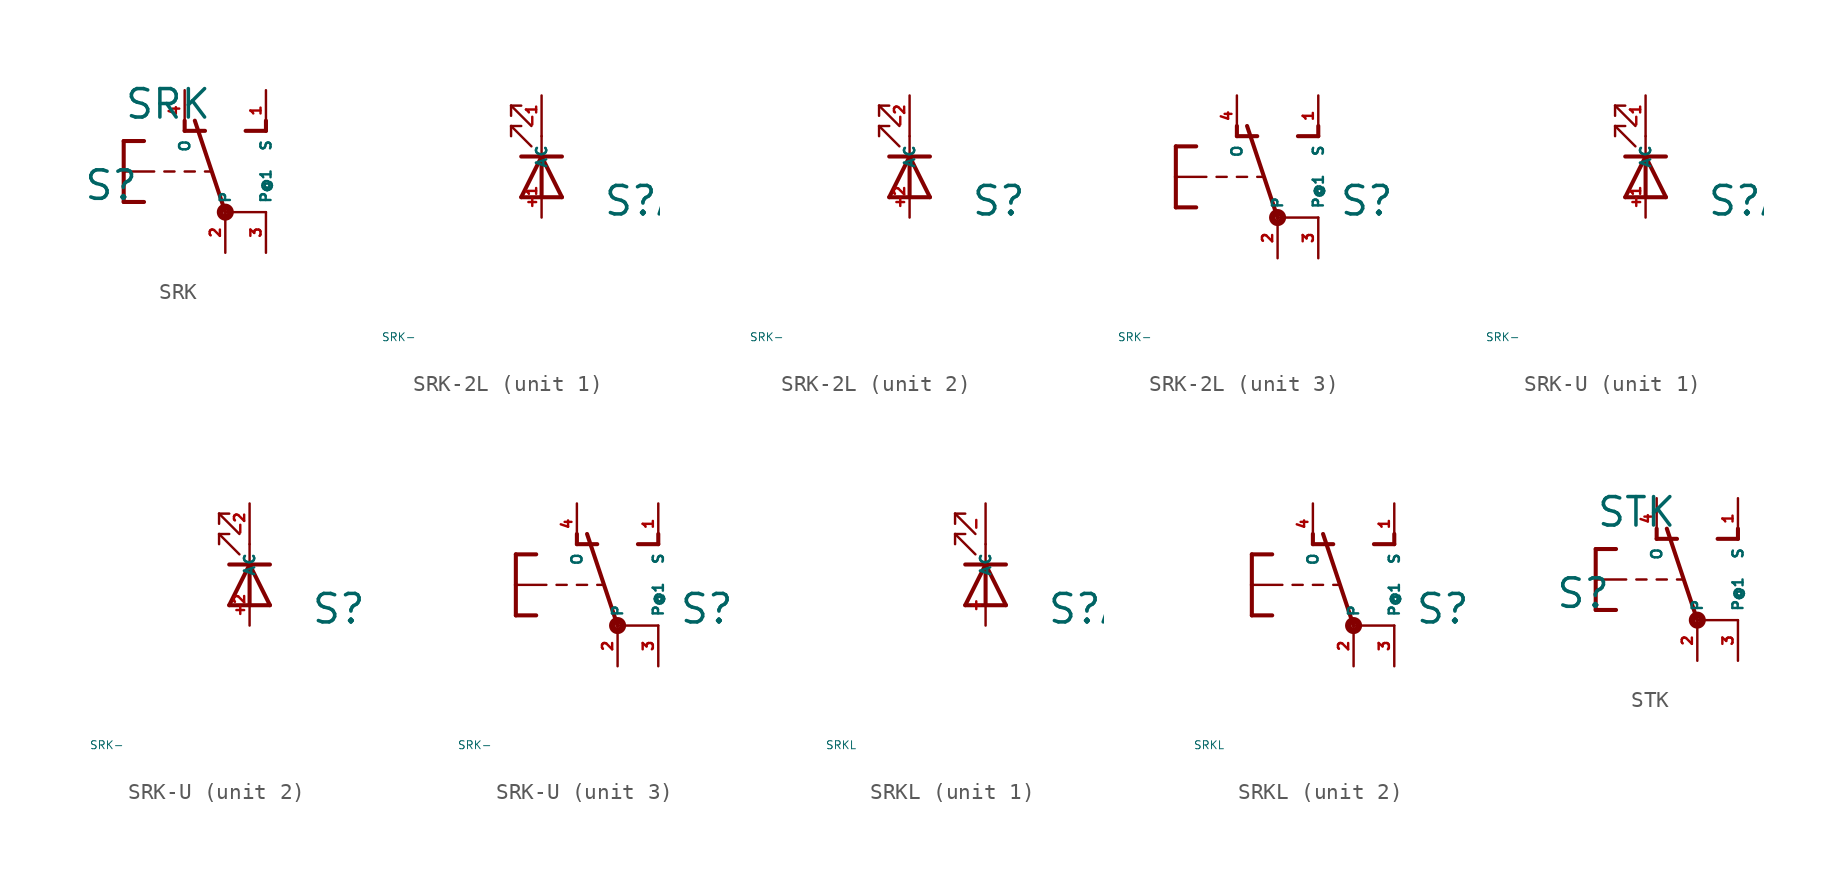
<source format=kicad_sym>
(kicad_symbol_lib
  (version 20220914)
  (generator Eagle2Kicad)
  (symbol "SRK"
    (property "Reference" "S"
      (at -8.89 -1.905 0)
      (effects (font (size 1.778 1.778) (thickness 0.22)) (justify left bottom)))
    (property "Value" "SRK"
      (at -6.35 3.175 0)
      (effects (font (size 1.778 1.778) (thickness 0.22)) (justify left bottom)))
    (polyline
      (pts (xy 0 -2.54) (xy -1.905 3.175))
      (stroke (width 0.254) (type default))
      (fill (type none)))
    (polyline
      (pts (xy 1.27 2.54) (xy 2.54 2.54))
      (stroke (width 0.254) (type default))
      (fill (type none)))
    (polyline
      (pts (xy 2.54 2.54) (xy 2.54 3.175))
      (stroke (width 0.254) (type default))
      (fill (type none)))
    (polyline
      (pts (xy -2.54 2.54) (xy -1.27 2.54))
      (stroke (width 0.254) (type default))
      (fill (type none)))
    (polyline
      (pts (xy -2.54 2.54) (xy -2.54 3.175))
      (stroke (width 0.254) (type default))
      (fill (type none)))
    (polyline
      (pts (xy -0.889 0) (xy -1.27 0))
      (stroke (width 0.152) (type default))
      (fill (type none)))
    (polyline
      (pts (xy -1.905 0) (xy -2.54 0))
      (stroke (width 0.152) (type default))
      (fill (type none)))
    (polyline
      (pts (xy -3.175 0) (xy -3.81 0))
      (stroke (width 0.152) (type default))
      (fill (type none)))
    (polyline
      (pts (xy -6.35 1.905) (xy -5.08 1.905))
      (stroke (width 0.254) (type default))
      (fill (type none)))
    (polyline
      (pts (xy -6.35 1.905) (xy -6.35 0))
      (stroke (width 0.254) (type default))
      (fill (type none)))
    (polyline
      (pts (xy -6.35 -1.905) (xy -5.08 -1.905))
      (stroke (width 0.254) (type default))
      (fill (type none)))
    (polyline
      (pts (xy -6.35 0) (xy -4.445 0))
      (stroke (width 0.152) (type default))
      (fill (type none)))
    (polyline
      (pts (xy -6.35 0) (xy -6.35 -1.905))
      (stroke (width 0.254) (type default))
      (fill (type none)))
    (polyline
      (pts (xy 2.54 -2.54) (xy 0 -2.54))
      (stroke (width 0.152) (type default))
      (fill (type none)))
    (circle
      (center 0 -2.54)
      (radius 0.127)
      (stroke (width 0.406) (type default))
      (fill (type none)))
    (pin passive line
      (at 0 -5.08 90)
      (length 2.54)
      (name "P" (effects (font (size 0.635 0.635) (thickness 0.08)) (justify left bottom)))
      (number "2" (effects (font (size 0.635 0.635) (thickness 0.08)) (justify left bottom))))
    (pin passive line
      (at 2.54 5.08 270)
      (length 2.54)
      (name "S" (effects (font (size 0.635 0.635) (thickness 0.08)) (justify left bottom)))
      (number "1" (effects (font (size 0.635 0.635) (thickness 0.08)) (justify left bottom))))
    (pin passive line
      (at -2.54 5.08 270)
      (length 2.54)
      (name "O" (effects (font (size 0.635 0.635) (thickness 0.08)) (justify left bottom)))
      (number "4" (effects (font (size 0.635 0.635) (thickness 0.08)) (justify left bottom))))
    (pin passive line
      (at 2.54 -5.08 90)
      (length 2.54)
      (name "P@1" (effects (font (size 0.635 0.635) (thickness 0.08)) (justify left bottom)))
      (number "3" (effects (font (size 0.635 0.635) (thickness 0.08)) (justify left bottom)))))
  (symbol "SRK-2L"
    (property "Reference" "S"
      (at 3.81 -2.54 0)
      (effects (font (size 1.778 1.778) (thickness 0.22)) (justify left bottom)))
    (property "Value" "SRK-"
      (at -10 -10 0)
      (effects (font (size 0.5 0.5) (thickness 0.06)) (justify left)))
    (symbol "SRK-2L_1_0"
      (polyline (pts (xy -1.27 -1.27) (xy 0 1.27)) (stroke (width 0.254) (type default)) (fill (type none)))
      (polyline (pts (xy 0 1.27) (xy 0 2.54)) (stroke (width 0.152) (type default)) (fill (type none)))
      (polyline (pts (xy 0 1.27) (xy 1.27 -1.27)) (stroke (width 0.254) (type default)) (fill (type none)))
      (polyline (pts (xy -1.27 1.27) (xy 0 1.27)) (stroke (width 0.254) (type default)) (fill (type none)))
      (polyline (pts (xy 0 1.27) (xy 1.27 1.27)) (stroke (width 0.254) (type default)) (fill (type none)))
      (polyline (pts (xy -0.635 1.905) (xy -1.905 3.175)) (stroke (width 0.152) (type default)) (fill (type none)))
      (polyline (pts (xy -1.905 3.175) (xy -1.905 2.54)) (stroke (width 0.152) (type default)) (fill (type none)))
      (polyline (pts (xy -1.905 3.175) (xy -1.27 3.175)) (stroke (width 0.152) (type default)) (fill (type none)))
      (polyline (pts (xy -0.635 3.175) (xy -1.905 4.445)) (stroke (width 0.152) (type default)) (fill (type none)))
      (polyline (pts (xy -1.905 4.445) (xy -1.905 3.81)) (stroke (width 0.152) (type default)) (fill (type none)))
      (polyline (pts (xy -1.905 4.445) (xy -1.27 4.445)) (stroke (width 0.152) (type default)) (fill (type none)))
      (polyline (pts (xy -1.27 -1.27) (xy 0 -1.27)) (stroke (width 0.254) (type default)) (fill (type none)))
      (polyline (pts (xy 0 -1.27) (xy 1.27 -1.27)) (stroke (width 0.254) (type default)) (fill (type none)))
      (polyline (pts (xy 0 -1.27) (xy 0 1.27)) (stroke (width 0.254) (type default)) (fill (type none)))
      (pin passive line (at 0 5.08 270) (length 2.54) (name "C" (effects (font (size 0.635 0.635) (thickness 0.08)) (justify left bottom))) (number "-1" (effects (font (size 0.635 0.635) (thickness 0.08)) (justify left bottom))))
      (pin passive line (at 0 -2.54 90) (length 2.54) (name "A" (effects (font (size 0.635 0.635) (thickness 0.08)) (justify left bottom))) (number "+1" (effects (font (size 0.635 0.635) (thickness 0.08)) (justify left bottom)))))
    (symbol "SRK-2L_2_0"
      (polyline (pts (xy -1.27 -1.27) (xy 0 1.27)) (stroke (width 0.254) (type default)) (fill (type none)))
      (polyline (pts (xy 0 1.27) (xy 0 2.54)) (stroke (width 0.152) (type default)) (fill (type none)))
      (polyline (pts (xy 0 1.27) (xy 1.27 -1.27)) (stroke (width 0.254) (type default)) (fill (type none)))
      (polyline (pts (xy -1.27 1.27) (xy 0 1.27)) (stroke (width 0.254) (type default)) (fill (type none)))
      (polyline (pts (xy 0 1.27) (xy 1.27 1.27)) (stroke (width 0.254) (type default)) (fill (type none)))
      (polyline (pts (xy -0.635 1.905) (xy -1.905 3.175)) (stroke (width 0.152) (type default)) (fill (type none)))
      (polyline (pts (xy -1.905 3.175) (xy -1.905 2.54)) (stroke (width 0.152) (type default)) (fill (type none)))
      (polyline (pts (xy -1.905 3.175) (xy -1.27 3.175)) (stroke (width 0.152) (type default)) (fill (type none)))
      (polyline (pts (xy -0.635 3.175) (xy -1.905 4.445)) (stroke (width 0.152) (type default)) (fill (type none)))
      (polyline (pts (xy -1.905 4.445) (xy -1.905 3.81)) (stroke (width 0.152) (type default)) (fill (type none)))
      (polyline (pts (xy -1.905 4.445) (xy -1.27 4.445)) (stroke (width 0.152) (type default)) (fill (type none)))
      (polyline (pts (xy -1.27 -1.27) (xy 0 -1.27)) (stroke (width 0.254) (type default)) (fill (type none)))
      (polyline (pts (xy 0 -1.27) (xy 1.27 -1.27)) (stroke (width 0.254) (type default)) (fill (type none)))
      (polyline (pts (xy 0 -1.27) (xy 0 1.27)) (stroke (width 0.254) (type default)) (fill (type none)))
      (pin passive line (at 0 5.08 270) (length 2.54) (name "C" (effects (font (size 0.635 0.635) (thickness 0.08)) (justify left bottom))) (number "-2" (effects (font (size 0.635 0.635) (thickness 0.08)) (justify left bottom))))
      (pin passive line (at 0 -2.54 90) (length 2.54) (name "A" (effects (font (size 0.635 0.635) (thickness 0.08)) (justify left bottom))) (number "+2" (effects (font (size 0.635 0.635) (thickness 0.08)) (justify left bottom)))))
    (symbol "SRK-2L_3_0"
      (polyline (pts (xy 0 -2.54) (xy -1.905 3.175)) (stroke (width 0.254) (type default)) (fill (type none)))
      (polyline (pts (xy 1.27 2.54) (xy 2.54 2.54)) (stroke (width 0.254) (type default)) (fill (type none)))
      (polyline (pts (xy 2.54 2.54) (xy 2.54 3.175)) (stroke (width 0.254) (type default)) (fill (type none)))
      (polyline (pts (xy -2.54 2.54) (xy -1.27 2.54)) (stroke (width 0.254) (type default)) (fill (type none)))
      (polyline (pts (xy -2.54 2.54) (xy -2.54 3.175)) (stroke (width 0.254) (type default)) (fill (type none)))
      (polyline (pts (xy -0.889 0) (xy -1.27 0)) (stroke (width 0.152) (type default)) (fill (type none)))
      (polyline (pts (xy -1.905 0) (xy -2.54 0)) (stroke (width 0.152) (type default)) (fill (type none)))
      (polyline (pts (xy -3.175 0) (xy -3.81 0)) (stroke (width 0.152) (type default)) (fill (type none)))
      (polyline (pts (xy -6.35 1.905) (xy -5.08 1.905)) (stroke (width 0.254) (type default)) (fill (type none)))
      (polyline (pts (xy -6.35 1.905) (xy -6.35 0)) (stroke (width 0.254) (type default)) (fill (type none)))
      (polyline (pts (xy -6.35 -1.905) (xy -5.08 -1.905)) (stroke (width 0.254) (type default)) (fill (type none)))
      (polyline (pts (xy -6.35 0) (xy -4.445 0)) (stroke (width 0.152) (type default)) (fill (type none)))
      (polyline (pts (xy -6.35 0) (xy -6.35 -1.905)) (stroke (width 0.254) (type default)) (fill (type none)))
      (polyline (pts (xy 2.54 -2.54) (xy 0 -2.54)) (stroke (width 0.152) (type default)) (fill (type none)))
      (circle (center 0 -2.54) (radius 0.127) (stroke (width 0.406) (type default)) (fill (type none)))
      (pin passive line (at 0 -5.08 90) (length 2.54) (name "P" (effects (font (size 0.635 0.635) (thickness 0.08)) (justify left bottom))) (number "2" (effects (font (size 0.635 0.635) (thickness 0.08)) (justify left bottom))))
      (pin passive line (at 2.54 5.08 270) (length 2.54) (name "S" (effects (font (size 0.635 0.635) (thickness 0.08)) (justify left bottom))) (number "1" (effects (font (size 0.635 0.635) (thickness 0.08)) (justify left bottom))))
      (pin passive line (at -2.54 5.08 270) (length 2.54) (name "O" (effects (font (size 0.635 0.635) (thickness 0.08)) (justify left bottom))) (number "4" (effects (font (size 0.635 0.635) (thickness 0.08)) (justify left bottom))))
      (pin passive line (at 2.54 -5.08 90) (length 2.54) (name "P@1" (effects (font (size 0.635 0.635) (thickness 0.08)) (justify left bottom))) (number "3" (effects (font (size 0.635 0.635) (thickness 0.08)) (justify left bottom))))))
  (symbol "SRK-U"
    (property "Reference" "S"
      (at 3.81 -2.54 0)
      (effects (font (size 1.778 1.778) (thickness 0.22)) (justify left bottom)))
    (property "Value" "SRK-"
      (at -10 -10 0)
      (effects (font (size 0.5 0.5) (thickness 0.06)) (justify left)))
    (symbol "SRK-U_1_0"
      (polyline (pts (xy -1.27 -1.27) (xy 0 1.27)) (stroke (width 0.254) (type default)) (fill (type none)))
      (polyline (pts (xy 0 1.27) (xy 0 2.54)) (stroke (width 0.152) (type default)) (fill (type none)))
      (polyline (pts (xy 0 1.27) (xy 1.27 -1.27)) (stroke (width 0.254) (type default)) (fill (type none)))
      (polyline (pts (xy -1.27 1.27) (xy 0 1.27)) (stroke (width 0.254) (type default)) (fill (type none)))
      (polyline (pts (xy 0 1.27) (xy 1.27 1.27)) (stroke (width 0.254) (type default)) (fill (type none)))
      (polyline (pts (xy -0.635 1.905) (xy -1.905 3.175)) (stroke (width 0.152) (type default)) (fill (type none)))
      (polyline (pts (xy -1.905 3.175) (xy -1.905 2.54)) (stroke (width 0.152) (type default)) (fill (type none)))
      (polyline (pts (xy -1.905 3.175) (xy -1.27 3.175)) (stroke (width 0.152) (type default)) (fill (type none)))
      (polyline (pts (xy -0.635 3.175) (xy -1.905 4.445)) (stroke (width 0.152) (type default)) (fill (type none)))
      (polyline (pts (xy -1.905 4.445) (xy -1.905 3.81)) (stroke (width 0.152) (type default)) (fill (type none)))
      (polyline (pts (xy -1.905 4.445) (xy -1.27 4.445)) (stroke (width 0.152) (type default)) (fill (type none)))
      (polyline (pts (xy -1.27 -1.27) (xy 0 -1.27)) (stroke (width 0.254) (type default)) (fill (type none)))
      (polyline (pts (xy 0 -1.27) (xy 1.27 -1.27)) (stroke (width 0.254) (type default)) (fill (type none)))
      (polyline (pts (xy 0 -1.27) (xy 0 1.27)) (stroke (width 0.254) (type default)) (fill (type none)))
      (pin passive line (at 0 5.08 270) (length 2.54) (name "C" (effects (font (size 0.635 0.635) (thickness 0.08)) (justify left bottom))) (number "-1" (effects (font (size 0.635 0.635) (thickness 0.08)) (justify left bottom))))
      (pin passive line (at 0 -2.54 90) (length 2.54) (name "A" (effects (font (size 0.635 0.635) (thickness 0.08)) (justify left bottom))) (number "+1" (effects (font (size 0.635 0.635) (thickness 0.08)) (justify left bottom)))))
    (symbol "SRK-U_2_0"
      (polyline (pts (xy -1.27 -1.27) (xy 0 1.27)) (stroke (width 0.254) (type default)) (fill (type none)))
      (polyline (pts (xy 0 1.27) (xy 0 2.54)) (stroke (width 0.152) (type default)) (fill (type none)))
      (polyline (pts (xy 0 1.27) (xy 1.27 -1.27)) (stroke (width 0.254) (type default)) (fill (type none)))
      (polyline (pts (xy -1.27 1.27) (xy 0 1.27)) (stroke (width 0.254) (type default)) (fill (type none)))
      (polyline (pts (xy 0 1.27) (xy 1.27 1.27)) (stroke (width 0.254) (type default)) (fill (type none)))
      (polyline (pts (xy -0.635 1.905) (xy -1.905 3.175)) (stroke (width 0.152) (type default)) (fill (type none)))
      (polyline (pts (xy -1.905 3.175) (xy -1.905 2.54)) (stroke (width 0.152) (type default)) (fill (type none)))
      (polyline (pts (xy -1.905 3.175) (xy -1.27 3.175)) (stroke (width 0.152) (type default)) (fill (type none)))
      (polyline (pts (xy -0.635 3.175) (xy -1.905 4.445)) (stroke (width 0.152) (type default)) (fill (type none)))
      (polyline (pts (xy -1.905 4.445) (xy -1.905 3.81)) (stroke (width 0.152) (type default)) (fill (type none)))
      (polyline (pts (xy -1.905 4.445) (xy -1.27 4.445)) (stroke (width 0.152) (type default)) (fill (type none)))
      (polyline (pts (xy -1.27 -1.27) (xy 0 -1.27)) (stroke (width 0.254) (type default)) (fill (type none)))
      (polyline (pts (xy 0 -1.27) (xy 1.27 -1.27)) (stroke (width 0.254) (type default)) (fill (type none)))
      (polyline (pts (xy 0 -1.27) (xy 0 1.27)) (stroke (width 0.254) (type default)) (fill (type none)))
      (pin passive line (at 0 5.08 270) (length 2.54) (name "C" (effects (font (size 0.635 0.635) (thickness 0.08)) (justify left bottom))) (number "-2" (effects (font (size 0.635 0.635) (thickness 0.08)) (justify left bottom))))
      (pin passive line (at 0 -2.54 90) (length 2.54) (name "A" (effects (font (size 0.635 0.635) (thickness 0.08)) (justify left bottom))) (number "+2" (effects (font (size 0.635 0.635) (thickness 0.08)) (justify left bottom)))))
    (symbol "SRK-U_3_0"
      (polyline (pts (xy 0 -2.54) (xy -1.905 3.175)) (stroke (width 0.254) (type default)) (fill (type none)))
      (polyline (pts (xy 1.27 2.54) (xy 2.54 2.54)) (stroke (width 0.254) (type default)) (fill (type none)))
      (polyline (pts (xy 2.54 2.54) (xy 2.54 3.175)) (stroke (width 0.254) (type default)) (fill (type none)))
      (polyline (pts (xy -2.54 2.54) (xy -1.27 2.54)) (stroke (width 0.254) (type default)) (fill (type none)))
      (polyline (pts (xy -2.54 2.54) (xy -2.54 3.175)) (stroke (width 0.254) (type default)) (fill (type none)))
      (polyline (pts (xy -0.889 0) (xy -1.27 0)) (stroke (width 0.152) (type default)) (fill (type none)))
      (polyline (pts (xy -1.905 0) (xy -2.54 0)) (stroke (width 0.152) (type default)) (fill (type none)))
      (polyline (pts (xy -3.175 0) (xy -3.81 0)) (stroke (width 0.152) (type default)) (fill (type none)))
      (polyline (pts (xy -6.35 1.905) (xy -5.08 1.905)) (stroke (width 0.254) (type default)) (fill (type none)))
      (polyline (pts (xy -6.35 1.905) (xy -6.35 0)) (stroke (width 0.254) (type default)) (fill (type none)))
      (polyline (pts (xy -6.35 -1.905) (xy -5.08 -1.905)) (stroke (width 0.254) (type default)) (fill (type none)))
      (polyline (pts (xy -6.35 0) (xy -4.445 0)) (stroke (width 0.152) (type default)) (fill (type none)))
      (polyline (pts (xy -6.35 0) (xy -6.35 -1.905)) (stroke (width 0.254) (type default)) (fill (type none)))
      (polyline (pts (xy 2.54 -2.54) (xy 0 -2.54)) (stroke (width 0.152) (type default)) (fill (type none)))
      (circle (center 0 -2.54) (radius 0.127) (stroke (width 0.406) (type default)) (fill (type none)))
      (pin passive line (at 0 -5.08 90) (length 2.54) (name "P" (effects (font (size 0.635 0.635) (thickness 0.08)) (justify left bottom))) (number "2" (effects (font (size 0.635 0.635) (thickness 0.08)) (justify left bottom))))
      (pin passive line (at 2.54 5.08 270) (length 2.54) (name "S" (effects (font (size 0.635 0.635) (thickness 0.08)) (justify left bottom))) (number "1" (effects (font (size 0.635 0.635) (thickness 0.08)) (justify left bottom))))
      (pin passive line (at -2.54 5.08 270) (length 2.54) (name "O" (effects (font (size 0.635 0.635) (thickness 0.08)) (justify left bottom))) (number "4" (effects (font (size 0.635 0.635) (thickness 0.08)) (justify left bottom))))
      (pin passive line (at 2.54 -5.08 90) (length 2.54) (name "P@1" (effects (font (size 0.635 0.635) (thickness 0.08)) (justify left bottom))) (number "3" (effects (font (size 0.635 0.635) (thickness 0.08)) (justify left bottom))))))
  (symbol "SRKL"
    (property "Reference" "S"
      (at 3.81 -2.54 0)
      (effects (font (size 1.778 1.778) (thickness 0.22)) (justify left bottom)))
    (property "Value" "SRKL"
      (at -10 -10 0)
      (effects (font (size 0.5 0.5) (thickness 0.06)) (justify left)))
    (symbol "SRKL_1_0"
      (polyline (pts (xy -1.27 -1.27) (xy 0 1.27)) (stroke (width 0.254) (type default)) (fill (type none)))
      (polyline (pts (xy 0 1.27) (xy 0 2.54)) (stroke (width 0.152) (type default)) (fill (type none)))
      (polyline (pts (xy 0 1.27) (xy 1.27 -1.27)) (stroke (width 0.254) (type default)) (fill (type none)))
      (polyline (pts (xy -1.27 1.27) (xy 0 1.27)) (stroke (width 0.254) (type default)) (fill (type none)))
      (polyline (pts (xy 0 1.27) (xy 1.27 1.27)) (stroke (width 0.254) (type default)) (fill (type none)))
      (polyline (pts (xy -0.635 1.905) (xy -1.905 3.175)) (stroke (width 0.152) (type default)) (fill (type none)))
      (polyline (pts (xy -1.905 3.175) (xy -1.905 2.54)) (stroke (width 0.152) (type default)) (fill (type none)))
      (polyline (pts (xy -1.905 3.175) (xy -1.27 3.175)) (stroke (width 0.152) (type default)) (fill (type none)))
      (polyline (pts (xy -0.635 3.175) (xy -1.905 4.445)) (stroke (width 0.152) (type default)) (fill (type none)))
      (polyline (pts (xy -1.905 4.445) (xy -1.905 3.81)) (stroke (width 0.152) (type default)) (fill (type none)))
      (polyline (pts (xy -1.905 4.445) (xy -1.27 4.445)) (stroke (width 0.152) (type default)) (fill (type none)))
      (polyline (pts (xy -1.27 -1.27) (xy 0 -1.27)) (stroke (width 0.254) (type default)) (fill (type none)))
      (polyline (pts (xy 0 -1.27) (xy 1.27 -1.27)) (stroke (width 0.254) (type default)) (fill (type none)))
      (polyline (pts (xy 0 -1.27) (xy 0 1.27)) (stroke (width 0.254) (type default)) (fill (type none)))
      (pin passive line (at 0 5.08 270) (length 2.54) (name "C" (effects (font (size 0.635 0.635) (thickness 0.08)) (justify left bottom))) (number "-" (effects (font (size 0.635 0.635) (thickness 0.08)) (justify left bottom))))
      (pin passive line (at 0 -2.54 90) (length 2.54) (name "A" (effects (font (size 0.635 0.635) (thickness 0.08)) (justify left bottom))) (number "+" (effects (font (size 0.635 0.635) (thickness 0.08)) (justify left bottom)))))
    (symbol "SRKL_2_0"
      (polyline (pts (xy 0 -2.54) (xy -1.905 3.175)) (stroke (width 0.254) (type default)) (fill (type none)))
      (polyline (pts (xy 1.27 2.54) (xy 2.54 2.54)) (stroke (width 0.254) (type default)) (fill (type none)))
      (polyline (pts (xy 2.54 2.54) (xy 2.54 3.175)) (stroke (width 0.254) (type default)) (fill (type none)))
      (polyline (pts (xy -2.54 2.54) (xy -1.27 2.54)) (stroke (width 0.254) (type default)) (fill (type none)))
      (polyline (pts (xy -2.54 2.54) (xy -2.54 3.175)) (stroke (width 0.254) (type default)) (fill (type none)))
      (polyline (pts (xy -0.889 0) (xy -1.27 0)) (stroke (width 0.152) (type default)) (fill (type none)))
      (polyline (pts (xy -1.905 0) (xy -2.54 0)) (stroke (width 0.152) (type default)) (fill (type none)))
      (polyline (pts (xy -3.175 0) (xy -3.81 0)) (stroke (width 0.152) (type default)) (fill (type none)))
      (polyline (pts (xy -6.35 1.905) (xy -5.08 1.905)) (stroke (width 0.254) (type default)) (fill (type none)))
      (polyline (pts (xy -6.35 1.905) (xy -6.35 0)) (stroke (width 0.254) (type default)) (fill (type none)))
      (polyline (pts (xy -6.35 -1.905) (xy -5.08 -1.905)) (stroke (width 0.254) (type default)) (fill (type none)))
      (polyline (pts (xy -6.35 0) (xy -4.445 0)) (stroke (width 0.152) (type default)) (fill (type none)))
      (polyline (pts (xy -6.35 0) (xy -6.35 -1.905)) (stroke (width 0.254) (type default)) (fill (type none)))
      (polyline (pts (xy 2.54 -2.54) (xy 0 -2.54)) (stroke (width 0.152) (type default)) (fill (type none)))
      (circle (center 0 -2.54) (radius 0.127) (stroke (width 0.406) (type default)) (fill (type none)))
      (pin passive line (at 0 -5.08 90) (length 2.54) (name "P" (effects (font (size 0.635 0.635) (thickness 0.08)) (justify left bottom))) (number "2" (effects (font (size 0.635 0.635) (thickness 0.08)) (justify left bottom))))
      (pin passive line (at 2.54 5.08 270) (length 2.54) (name "S" (effects (font (size 0.635 0.635) (thickness 0.08)) (justify left bottom))) (number "1" (effects (font (size 0.635 0.635) (thickness 0.08)) (justify left bottom))))
      (pin passive line (at -2.54 5.08 270) (length 2.54) (name "O" (effects (font (size 0.635 0.635) (thickness 0.08)) (justify left bottom))) (number "4" (effects (font (size 0.635 0.635) (thickness 0.08)) (justify left bottom))))
      (pin passive line (at 2.54 -5.08 90) (length 2.54) (name "P@1" (effects (font (size 0.635 0.635) (thickness 0.08)) (justify left bottom))) (number "3" (effects (font (size 0.635 0.635) (thickness 0.08)) (justify left bottom))))))
  (symbol "STK"
    (property "Reference" "S"
      (at -8.89 -1.905 0)
      (effects (font (size 1.778 1.778) (thickness 0.22)) (justify left bottom)))
    (property "Value" "STK"
      (at -6.35 3.175 0)
      (effects (font (size 1.778 1.778) (thickness 0.22)) (justify left bottom)))
    (polyline
      (pts (xy 0 -2.54) (xy -1.905 3.175))
      (stroke (width 0.254) (type default))
      (fill (type none)))
    (polyline
      (pts (xy 1.27 2.54) (xy 2.54 2.54))
      (stroke (width 0.254) (type default))
      (fill (type none)))
    (polyline
      (pts (xy 2.54 2.54) (xy 2.54 3.175))
      (stroke (width 0.254) (type default))
      (fill (type none)))
    (polyline
      (pts (xy -2.54 2.54) (xy -1.27 2.54))
      (stroke (width 0.254) (type default))
      (fill (type none)))
    (polyline
      (pts (xy -2.54 2.54) (xy -2.54 3.175))
      (stroke (width 0.254) (type default))
      (fill (type none)))
    (polyline
      (pts (xy -0.889 0) (xy -1.27 0))
      (stroke (width 0.152) (type default))
      (fill (type none)))
    (polyline
      (pts (xy -1.905 0) (xy -2.54 0))
      (stroke (width 0.152) (type default))
      (fill (type none)))
    (polyline
      (pts (xy -3.175 0) (xy -3.81 0))
      (stroke (width 0.152) (type default))
      (fill (type none)))
    (polyline
      (pts (xy -6.35 1.905) (xy -5.08 1.905))
      (stroke (width 0.254) (type default))
      (fill (type none)))
    (polyline
      (pts (xy -6.35 1.905) (xy -6.35 0))
      (stroke (width 0.254) (type default))
      (fill (type none)))
    (polyline
      (pts (xy -6.35 -1.905) (xy -5.08 -1.905))
      (stroke (width 0.254) (type default))
      (fill (type none)))
    (polyline
      (pts (xy -6.35 0) (xy -4.445 0))
      (stroke (width 0.152) (type default))
      (fill (type none)))
    (polyline
      (pts (xy -6.35 0) (xy -6.35 -1.905))
      (stroke (width 0.254) (type default))
      (fill (type none)))
    (polyline
      (pts (xy 2.54 -2.54) (xy 0 -2.54))
      (stroke (width 0.152) (type default))
      (fill (type none)))
    (circle
      (center 0 -2.54)
      (radius 0.127)
      (stroke (width 0.406) (type default))
      (fill (type none)))
    (pin passive line
      (at 0 -5.08 90)
      (length 2.54)
      (name "P" (effects (font (size 0.635 0.635) (thickness 0.08)) (justify left bottom)))
      (number "2" (effects (font (size 0.635 0.635) (thickness 0.08)) (justify left bottom))))
    (pin passive line
      (at 2.54 5.08 270)
      (length 2.54)
      (name "S" (effects (font (size 0.635 0.635) (thickness 0.08)) (justify left bottom)))
      (number "1" (effects (font (size 0.635 0.635) (thickness 0.08)) (justify left bottom))))
    (pin passive line
      (at -2.54 5.08 270)
      (length 2.54)
      (name "O" (effects (font (size 0.635 0.635) (thickness 0.08)) (justify left bottom)))
      (number "4" (effects (font (size 0.635 0.635) (thickness 0.08)) (justify left bottom))))
    (pin passive line
      (at 2.54 -5.08 90)
      (length 2.54)
      (name "P@1" (effects (font (size 0.635 0.635) (thickness 0.08)) (justify left bottom)))
      (number "3" (effects (font (size 0.635 0.635) (thickness 0.08)) (justify left bottom))))))
</source>
